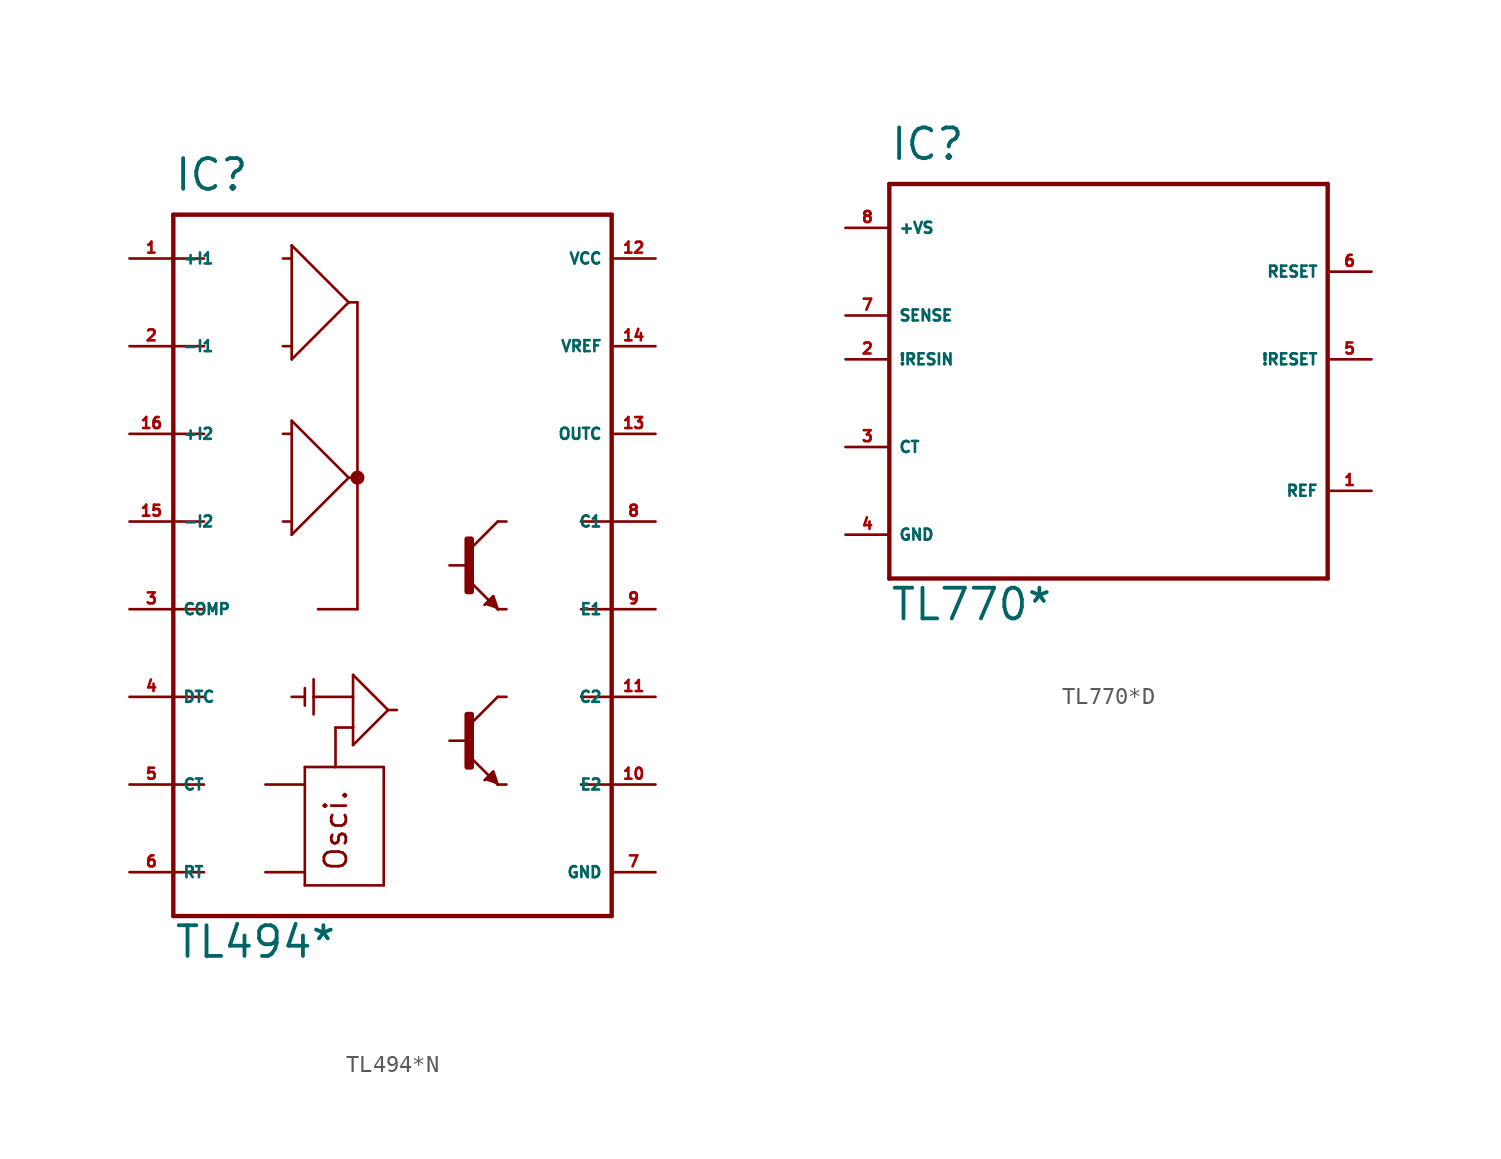
<source format=kicad_sym>
(kicad_symbol_lib
  (version 20220914)
  (generator Eagle2Kicad)
  (symbol "TL494*N"
    (property "Reference" "IC"
      (at -12.7 19.05 0)
      (effects (font (size 1.778 1.778) (thickness 0.22)) (justify left bottom)))
    (property "Value" "TL494*"
      (at -12.7 -25.4 0)
      (effects (font (size 1.778 1.778) (thickness 0.22)) (justify left bottom)))
    (polyline
      (pts (xy 6.096 -5.08) (xy 5.842 -4.318) (xy 5.334 -4.826))
      (stroke (width 0.152) (type default))
      (fill (type outline)))
    (polyline
      (pts (xy 6.096 -15.24) (xy 5.842 -14.478) (xy 5.334 -14.986))
      (stroke (width 0.152) (type default))
      (fill (type outline)))
    (polyline
      (pts (xy -12.7 17.78) (xy 12.7 17.78))
      (stroke (width 0.254) (type default))
      (fill (type none)))
    (polyline
      (pts (xy 12.7 17.78) (xy 12.7 0))
      (stroke (width 0.254) (type default))
      (fill (type none)))
    (polyline
      (pts (xy 12.7 0) (xy 12.7 -5.08))
      (stroke (width 0.254) (type default))
      (fill (type none)))
    (polyline
      (pts (xy 12.7 -5.08) (xy 12.7 -10.16))
      (stroke (width 0.254) (type default))
      (fill (type none)))
    (polyline
      (pts (xy 12.7 -10.16) (xy 12.7 -15.24))
      (stroke (width 0.254) (type default))
      (fill (type none)))
    (polyline
      (pts (xy 12.7 -15.24) (xy 12.7 -22.86))
      (stroke (width 0.254) (type default))
      (fill (type none)))
    (polyline
      (pts (xy 12.7 -22.86) (xy -12.7 -22.86))
      (stroke (width 0.254) (type default))
      (fill (type none)))
    (polyline
      (pts (xy -12.7 -22.86) (xy -12.7 -20.32))
      (stroke (width 0.254) (type default))
      (fill (type none)))
    (polyline
      (pts (xy -12.7 -20.32) (xy -12.7 -15.24))
      (stroke (width 0.254) (type default))
      (fill (type none)))
    (polyline
      (pts (xy -12.7 -15.24) (xy -12.7 -10.16))
      (stroke (width 0.254) (type default))
      (fill (type none)))
    (polyline
      (pts (xy -12.7 -10.16) (xy -12.7 -5.08))
      (stroke (width 0.254) (type default))
      (fill (type none)))
    (polyline
      (pts (xy -12.7 -5.08) (xy -12.7 0))
      (stroke (width 0.254) (type default))
      (fill (type none)))
    (polyline
      (pts (xy -12.7 0) (xy -12.7 5.08))
      (stroke (width 0.254) (type default))
      (fill (type none)))
    (polyline
      (pts (xy -12.7 5.08) (xy -12.7 10.16))
      (stroke (width 0.254) (type default))
      (fill (type none)))
    (polyline
      (pts (xy -12.7 10.16) (xy -12.7 15.24))
      (stroke (width 0.254) (type default))
      (fill (type none)))
    (polyline
      (pts (xy -12.7 15.24) (xy -12.7 17.78))
      (stroke (width 0.254) (type default))
      (fill (type none)))
    (polyline
      (pts (xy -5.842 16.002) (xy -2.54 12.7))
      (stroke (width 0.152) (type default))
      (fill (type none)))
    (polyline
      (pts (xy -2.54 12.7) (xy -5.842 9.398))
      (stroke (width 0.152) (type default))
      (fill (type none)))
    (polyline
      (pts (xy -5.842 9.398) (xy -5.842 10.16))
      (stroke (width 0.152) (type default))
      (fill (type none)))
    (polyline
      (pts (xy -5.842 10.16) (xy -5.842 15.24))
      (stroke (width 0.152) (type default))
      (fill (type none)))
    (polyline
      (pts (xy -5.842 15.24) (xy -5.842 16.002))
      (stroke (width 0.152) (type default))
      (fill (type none)))
    (polyline
      (pts (xy -12.7 15.24) (xy -10.922 15.24))
      (stroke (width 0.152) (type default))
      (fill (type none)))
    (polyline
      (pts (xy -6.35 15.24) (xy -5.842 15.24))
      (stroke (width 0.152) (type default))
      (fill (type none)))
    (polyline
      (pts (xy -12.7 10.16) (xy -10.922 10.16))
      (stroke (width 0.152) (type default))
      (fill (type none)))
    (polyline
      (pts (xy -6.35 10.16) (xy -5.842 10.16))
      (stroke (width 0.152) (type default))
      (fill (type none)))
    (polyline
      (pts (xy -5.842 5.842) (xy -2.54 2.54))
      (stroke (width 0.152) (type default))
      (fill (type none)))
    (polyline
      (pts (xy -2.54 2.54) (xy -5.842 -0.762))
      (stroke (width 0.152) (type default))
      (fill (type none)))
    (polyline
      (pts (xy -5.842 -0.762) (xy -5.842 0))
      (stroke (width 0.152) (type default))
      (fill (type none)))
    (polyline
      (pts (xy -5.842 0) (xy -5.842 5.08))
      (stroke (width 0.152) (type default))
      (fill (type none)))
    (polyline
      (pts (xy -5.842 5.08) (xy -5.842 5.842))
      (stroke (width 0.152) (type default))
      (fill (type none)))
    (polyline
      (pts (xy -12.7 5.08) (xy -10.922 5.08))
      (stroke (width 0.152) (type default))
      (fill (type none)))
    (polyline
      (pts (xy -6.35 5.08) (xy -5.842 5.08))
      (stroke (width 0.152) (type default))
      (fill (type none)))
    (polyline
      (pts (xy -12.7 0) (xy -10.922 0))
      (stroke (width 0.152) (type default))
      (fill (type none)))
    (polyline
      (pts (xy -6.35 0) (xy -5.842 0))
      (stroke (width 0.152) (type default))
      (fill (type none)))
    (polyline
      (pts (xy -2.54 12.7) (xy -2.032 12.7))
      (stroke (width 0.152) (type default))
      (fill (type none)))
    (polyline
      (pts (xy -2.032 12.7) (xy -2.032 2.54))
      (stroke (width 0.152) (type default))
      (fill (type none)))
    (polyline
      (pts (xy -2.032 2.54) (xy -2.54 2.54))
      (stroke (width 0.152) (type default))
      (fill (type none)))
    (polyline
      (pts (xy -12.7 -5.08) (xy -10.922 -5.08))
      (stroke (width 0.152) (type default))
      (fill (type none)))
    (polyline
      (pts (xy -4.318 -5.08) (xy -2.032 -5.08))
      (stroke (width 0.152) (type default))
      (fill (type none)))
    (polyline
      (pts (xy -2.032 -5.08) (xy -2.032 2.54))
      (stroke (width 0.152) (type default))
      (fill (type none)))
    (polyline
      (pts (xy -7.366 -15.24) (xy -5.08 -15.24))
      (stroke (width 0.152) (type default))
      (fill (type none)))
    (polyline
      (pts (xy -7.366 -20.32) (xy -5.08 -20.32))
      (stroke (width 0.152) (type default))
      (fill (type none)))
    (polyline
      (pts (xy -5.08 -14.224) (xy -5.08 -21.082))
      (stroke (width 0.152) (type default))
      (fill (type none)))
    (polyline
      (pts (xy -5.08 -21.082) (xy -0.508 -21.082))
      (stroke (width 0.152) (type default))
      (fill (type none)))
    (polyline
      (pts (xy -0.508 -21.082) (xy -0.508 -14.224))
      (stroke (width 0.152) (type default))
      (fill (type none)))
    (polyline
      (pts (xy -0.508 -14.224) (xy -3.302 -14.224))
      (stroke (width 0.152) (type default))
      (fill (type none)))
    (polyline
      (pts (xy -3.302 -14.224) (xy -5.08 -14.224))
      (stroke (width 0.152) (type default))
      (fill (type none)))
    (polyline
      (pts (xy -12.7 -10.16) (xy -10.922 -10.16))
      (stroke (width 0.152) (type default))
      (fill (type none)))
    (polyline
      (pts (xy -12.7 -15.24) (xy -10.922 -15.24))
      (stroke (width 0.152) (type default))
      (fill (type none)))
    (polyline
      (pts (xy -12.7 -20.32) (xy -10.922 -20.32))
      (stroke (width 0.152) (type default))
      (fill (type none)))
    (polyline
      (pts (xy -5.842 -10.16) (xy -5.08 -10.16))
      (stroke (width 0.152) (type default))
      (fill (type none)))
    (polyline
      (pts (xy -5.08 -9.652) (xy -5.08 -10.668))
      (stroke (width 0.152) (type default))
      (fill (type none)))
    (polyline
      (pts (xy -4.572 -9.144) (xy -4.572 -10.16))
      (stroke (width 0.152) (type default))
      (fill (type none)))
    (polyline
      (pts (xy -4.572 -10.16) (xy -4.572 -11.176))
      (stroke (width 0.152) (type default))
      (fill (type none)))
    (polyline
      (pts (xy -4.572 -10.16) (xy -2.286 -10.16))
      (stroke (width 0.152) (type default))
      (fill (type none)))
    (polyline
      (pts (xy -2.286 -12.954) (xy -0.254 -10.922))
      (stroke (width 0.152) (type default))
      (fill (type none)))
    (polyline
      (pts (xy -0.254 -10.922) (xy -2.286 -8.89))
      (stroke (width 0.152) (type default))
      (fill (type none)))
    (polyline
      (pts (xy -2.286 -8.89) (xy -2.286 -11.938))
      (stroke (width 0.152) (type default))
      (fill (type none)))
    (polyline
      (pts (xy -2.286 -11.938) (xy -2.286 -12.954))
      (stroke (width 0.152) (type default))
      (fill (type none)))
    (polyline
      (pts (xy -3.302 -11.938) (xy -3.302 -14.224))
      (stroke (width 0.152) (type default))
      (fill (type none)))
    (polyline
      (pts (xy -2.286 -11.938) (xy -3.302 -11.938))
      (stroke (width 0.152) (type default))
      (fill (type none)))
    (polyline
      (pts (xy -0.254 -10.922) (xy 0.254 -10.922))
      (stroke (width 0.152) (type default))
      (fill (type none)))
    (polyline
      (pts (xy 12.7 -10.16) (xy 10.922 -10.16))
      (stroke (width 0.152) (type default))
      (fill (type none)))
    (polyline
      (pts (xy 12.7 -15.24) (xy 10.922 -15.24))
      (stroke (width 0.152) (type default))
      (fill (type none)))
    (polyline
      (pts (xy 12.7 0) (xy 10.922 0))
      (stroke (width 0.152) (type default))
      (fill (type none)))
    (polyline
      (pts (xy 12.7 -5.08) (xy 10.922 -5.08))
      (stroke (width 0.152) (type default))
      (fill (type none)))
    (polyline
      (pts (xy 6.604 0) (xy 6.096 0))
      (stroke (width 0.152) (type default))
      (fill (type none)))
    (polyline
      (pts (xy 6.096 0) (xy 4.572 -1.524))
      (stroke (width 0.152) (type default))
      (fill (type none)))
    (polyline
      (pts (xy 6.604 -5.08) (xy 6.096 -5.08))
      (stroke (width 0.152) (type default))
      (fill (type none)))
    (polyline
      (pts (xy 6.096 -5.08) (xy 4.572 -3.556))
      (stroke (width 0.152) (type default))
      (fill (type none)))
    (polyline
      (pts (xy 4.318 -2.54) (xy 3.302 -2.54))
      (stroke (width 0.152) (type default))
      (fill (type none)))
    (polyline
      (pts (xy 6.604 -10.16) (xy 6.096 -10.16))
      (stroke (width 0.152) (type default))
      (fill (type none)))
    (polyline
      (pts (xy 6.096 -10.16) (xy 4.572 -11.684))
      (stroke (width 0.152) (type default))
      (fill (type none)))
    (polyline
      (pts (xy 6.604 -15.24) (xy 6.096 -15.24))
      (stroke (width 0.152) (type default))
      (fill (type none)))
    (polyline
      (pts (xy 6.096 -15.24) (xy 4.572 -13.716))
      (stroke (width 0.152) (type default))
      (fill (type none)))
    (polyline
      (pts (xy 4.318 -12.7) (xy 3.302 -12.7))
      (stroke (width 0.152) (type default))
      (fill (type none)))
    (text "Osci."
      (at -2.54 -20.32 900)
      (effects (font (size 1.27 1.27) (thickness 0.16)) (justify left bottom)))
    (circle
      (center -2.032 2.54)
      (radius 0.254)
      (stroke (width 0.305) (type default))
      (fill (type none)))
    (rectangle
      (start 4.318 -4.064)
      (end 4.572 -1.016)
      (stroke (width 0.3) (type default))
      (fill (type outline)))
    (rectangle
      (start 4.318 -14.224)
      (end 4.572 -11.176)
      (stroke (width 0.3) (type default))
      (fill (type outline)))
    (pin input line
      (at -15.24 15.24 0)
      (length 2.54)
      (name "+I1" (effects (font (size 0.635 0.635) (thickness 0.08)) (justify left bottom)))
      (number "1" (effects (font (size 0.635 0.635) (thickness 0.08)) (justify left bottom))))
    (pin input line
      (at -15.24 5.08 0)
      (length 2.54)
      (name "+I2" (effects (font (size 0.635 0.635) (thickness 0.08)) (justify left bottom)))
      (number "16" (effects (font (size 0.635 0.635) (thickness 0.08)) (justify left bottom))))
    (pin input line
      (at -15.24 10.16 0)
      (length 2.54)
      (name "-I1" (effects (font (size 0.635 0.635) (thickness 0.08)) (justify left bottom)))
      (number "2" (effects (font (size 0.635 0.635) (thickness 0.08)) (justify left bottom))))
    (pin input line
      (at -15.24 0 0)
      (length 2.54)
      (name "-I2" (effects (font (size 0.635 0.635) (thickness 0.08)) (justify left bottom)))
      (number "15" (effects (font (size 0.635 0.635) (thickness 0.08)) (justify left bottom))))
    (pin passive line
      (at -15.24 -5.08 0)
      (length 2.54)
      (name "COMP" (effects (font (size 0.635 0.635) (thickness 0.08)) (justify left bottom)))
      (number "3" (effects (font (size 0.635 0.635) (thickness 0.08)) (justify left bottom))))
    (pin input line
      (at -15.24 -15.24 0)
      (length 2.54)
      (name "CT" (effects (font (size 0.635 0.635) (thickness 0.08)) (justify left bottom)))
      (number "5" (effects (font (size 0.635 0.635) (thickness 0.08)) (justify left bottom))))
    (pin input line
      (at -15.24 -20.32 0)
      (length 2.54)
      (name "RT" (effects (font (size 0.635 0.635) (thickness 0.08)) (justify left bottom)))
      (number "6" (effects (font (size 0.635 0.635) (thickness 0.08)) (justify left bottom))))
    (pin unspecified line
      (at 15.24 -20.32 180)
      (length 2.54)
      (name "GND" (effects (font (size 0.635 0.635) (thickness 0.08)) (justify left bottom)))
      (number "7" (effects (font (size 0.635 0.635) (thickness 0.08)) (justify left bottom))))
    (pin passive line
      (at 15.24 0 180)
      (length 2.54)
      (name "C1" (effects (font (size 0.635 0.635) (thickness 0.08)) (justify left bottom)))
      (number "8" (effects (font (size 0.635 0.635) (thickness 0.08)) (justify left bottom))))
    (pin passive line
      (at 15.24 -10.16 180)
      (length 2.54)
      (name "C2" (effects (font (size 0.635 0.635) (thickness 0.08)) (justify left bottom)))
      (number "11" (effects (font (size 0.635 0.635) (thickness 0.08)) (justify left bottom))))
    (pin passive line
      (at 15.24 -5.08 180)
      (length 2.54)
      (name "E1" (effects (font (size 0.635 0.635) (thickness 0.08)) (justify left bottom)))
      (number "9" (effects (font (size 0.635 0.635) (thickness 0.08)) (justify left bottom))))
    (pin passive line
      (at 15.24 -15.24 180)
      (length 2.54)
      (name "E2" (effects (font (size 0.635 0.635) (thickness 0.08)) (justify left bottom)))
      (number "10" (effects (font (size 0.635 0.635) (thickness 0.08)) (justify left bottom))))
    (pin unspecified line
      (at 15.24 15.24 180)
      (length 2.54)
      (name "VCC" (effects (font (size 0.635 0.635) (thickness 0.08)) (justify left bottom)))
      (number "12" (effects (font (size 0.635 0.635) (thickness 0.08)) (justify left bottom))))
    (pin output line
      (at 15.24 5.08 180)
      (length 2.54)
      (name "OUTC" (effects (font (size 0.635 0.635) (thickness 0.08)) (justify left bottom)))
      (number "13" (effects (font (size 0.635 0.635) (thickness 0.08)) (justify left bottom))))
    (pin input line
      (at 15.24 10.16 180)
      (length 2.54)
      (name "VREF" (effects (font (size 0.635 0.635) (thickness 0.08)) (justify left bottom)))
      (number "14" (effects (font (size 0.635 0.635) (thickness 0.08)) (justify left bottom))))
    (pin input line
      (at -15.24 -10.16 0)
      (length 2.54)
      (name "DTC" (effects (font (size 0.635 0.635) (thickness 0.08)) (justify left bottom)))
      (number "4" (effects (font (size 0.635 0.635) (thickness 0.08)) (justify left bottom)))))
  (symbol "TL770*D"
    (property "Reference" "IC"
      (at -12.7 11.43 0)
      (effects (font (size 1.778 1.778) (thickness 0.22)) (justify left bottom)))
    (property "Value" "TL770*"
      (at -12.7 -15.24 0)
      (effects (font (size 1.778 1.778) (thickness 0.22)) (justify left bottom)))
    (polyline
      (pts (xy -12.7 10.16) (xy 12.7 10.16))
      (stroke (width 0.254) (type default))
      (fill (type none)))
    (polyline
      (pts (xy 12.7 10.16) (xy 12.7 -12.7))
      (stroke (width 0.254) (type default))
      (fill (type none)))
    (polyline
      (pts (xy 12.7 -12.7) (xy -12.7 -12.7))
      (stroke (width 0.254) (type default))
      (fill (type none)))
    (polyline
      (pts (xy -12.7 -12.7) (xy -12.7 10.16))
      (stroke (width 0.254) (type default))
      (fill (type none)))
    (pin input line
      (at -15.24 7.62 0)
      (length 2.54)
      (name "+VS" (effects (font (size 0.635 0.635) (thickness 0.08)) (justify left bottom)))
      (number "8" (effects (font (size 0.635 0.635) (thickness 0.08)) (justify left bottom))))
    (pin input line
      (at -15.24 -5.08 0)
      (length 2.54)
      (name "CT" (effects (font (size 0.635 0.635) (thickness 0.08)) (justify left bottom)))
      (number "3" (effects (font (size 0.635 0.635) (thickness 0.08)) (justify left bottom))))
    (pin input line
      (at -15.24 2.54 0)
      (length 2.54)
      (name "SENSE" (effects (font (size 0.635 0.635) (thickness 0.08)) (justify left bottom)))
      (number "7" (effects (font (size 0.635 0.635) (thickness 0.08)) (justify left bottom))))
    (pin input line
      (at -15.24 0 0)
      (length 2.54)
      (name "!RESIN" (effects (font (size 0.635 0.635) (thickness 0.08)) (justify left bottom)))
      (number "2" (effects (font (size 0.635 0.635) (thickness 0.08)) (justify left bottom))))
    (pin unspecified line
      (at -15.24 -10.16 0)
      (length 2.54)
      (name "GND" (effects (font (size 0.635 0.635) (thickness 0.08)) (justify left bottom)))
      (number "4" (effects (font (size 0.635 0.635) (thickness 0.08)) (justify left bottom))))
    (pin open_collector line
      (at 15.24 5.08 180)
      (length 2.54)
      (name "RESET" (effects (font (size 0.635 0.635) (thickness 0.08)) (justify left bottom)))
      (number "6" (effects (font (size 0.635 0.635) (thickness 0.08)) (justify left bottom))))
    (pin open_collector line
      (at 15.24 0 180)
      (length 2.54)
      (name "!RESET" (effects (font (size 0.635 0.635) (thickness 0.08)) (justify left bottom)))
      (number "5" (effects (font (size 0.635 0.635) (thickness 0.08)) (justify left bottom))))
    (pin input line
      (at 15.24 -7.62 180)
      (length 2.54)
      (name "REF" (effects (font (size 0.635 0.635) (thickness 0.08)) (justify left bottom)))
      (number "1" (effects (font (size 0.635 0.635) (thickness 0.08)) (justify left bottom))))))
</source>
